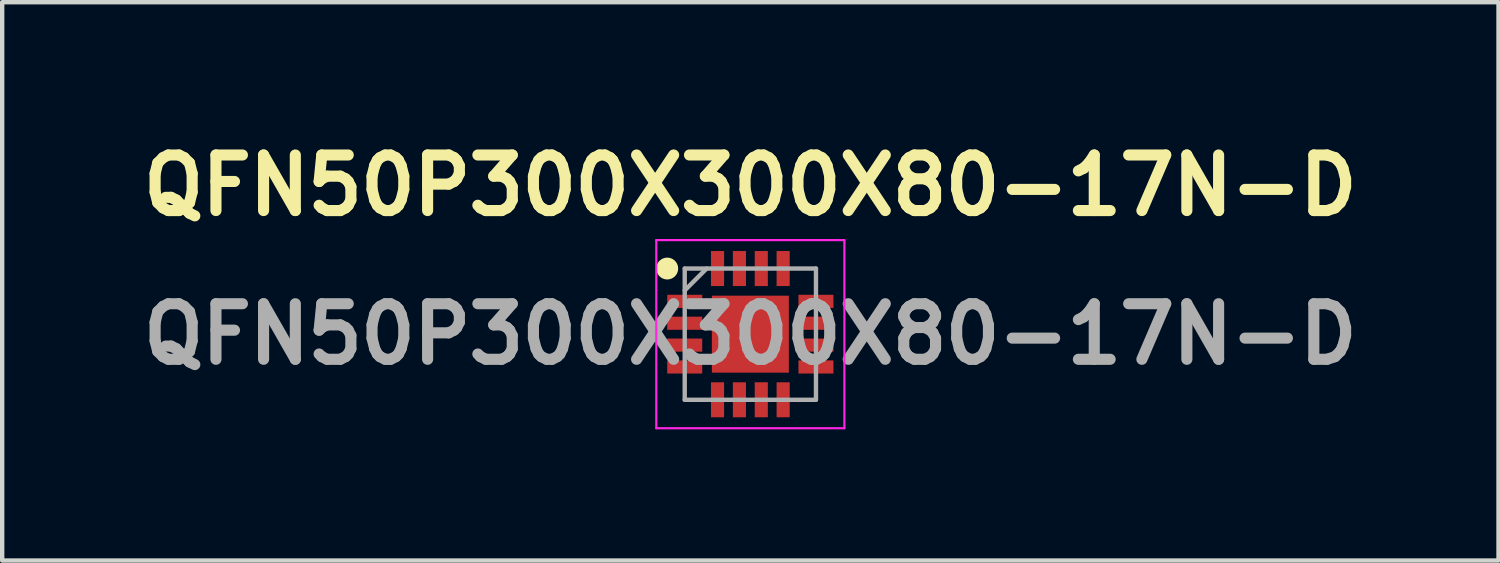
<source format=kicad_pcb>
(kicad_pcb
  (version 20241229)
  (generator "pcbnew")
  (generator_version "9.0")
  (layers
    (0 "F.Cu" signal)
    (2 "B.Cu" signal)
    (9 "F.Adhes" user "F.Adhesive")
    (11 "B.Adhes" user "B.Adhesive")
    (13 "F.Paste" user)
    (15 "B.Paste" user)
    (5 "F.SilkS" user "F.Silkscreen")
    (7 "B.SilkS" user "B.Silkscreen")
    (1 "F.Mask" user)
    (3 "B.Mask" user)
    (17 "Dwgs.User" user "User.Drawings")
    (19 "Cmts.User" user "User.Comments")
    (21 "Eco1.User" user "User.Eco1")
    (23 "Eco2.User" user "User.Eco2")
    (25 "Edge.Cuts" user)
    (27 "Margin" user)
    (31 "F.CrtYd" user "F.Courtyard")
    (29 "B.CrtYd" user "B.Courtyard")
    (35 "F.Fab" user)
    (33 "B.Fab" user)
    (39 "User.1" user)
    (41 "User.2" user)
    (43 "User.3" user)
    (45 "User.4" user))
  (footprint "QFN50P300X300X80-17N-D"
    (layer "F.Cu")
    (at 14.103 4.589)
    (property "Reference" "QFN50P300X300X80-17N-D" (at 0 -3.4 0) (layer "F.SilkS") (effects (font (size 1.27 1.27) (thickness 0.254))))
    (attr smd)
    (fp_circle (center -1.9 -1.5) (end -1.9 -1.375) (stroke (width 0.25) (type solid)) (fill no) (layer "F.SilkS"))
    (fp_line (start -2.15 -2.15) (end 2.15 -2.15) (stroke (width 0.05) (type solid)) (layer "F.CrtYd"))
    (fp_line (start -2.15 2.15) (end -2.15 -2.15) (stroke (width 0.05) (type solid)) (layer "F.CrtYd"))
    (fp_line (start 2.15 -2.15) (end 2.15 2.15) (stroke (width 0.05) (type solid)) (layer "F.CrtYd"))
    (fp_line (start 2.15 2.15) (end -2.15 2.15) (stroke (width 0.05) (type solid)) (layer "F.CrtYd"))
    (fp_line (start -1.5 -1.5) (end 1.5 -1.5) (stroke (width 0.1) (type solid)) (layer "F.Fab"))
    (fp_line (start -1.5 -1) (end -1 -1.5) (stroke (width 0.1) (type solid)) (layer "F.Fab"))
    (fp_line (start -1.5 1.5) (end -1.5 -1.5) (stroke (width 0.1) (type solid)) (layer "F.Fab"))
    (fp_line (start 1.5 -1.5) (end 1.5 1.5) (stroke (width 0.1) (type solid)) (layer "F.Fab"))
    (fp_line (start 1.5 1.5) (end -1.5 1.5) (stroke (width 0.1) (type solid)) (layer "F.Fab"))
    (fp_text user "${REFERENCE}" (at 0 0 0) (layer "F.Fab") (effects (font (size 1.27 1.27) (thickness 0.254))))
    (pad "1" smd rect (at -1.5 -0.75 90) (size 0.3 0.8) (layers "F.Cu" "F.Mask" "F.Paste"))
    (pad "2" smd rect (at -1.5 -0.25 90) (size 0.3 0.8) (layers "F.Cu" "F.Mask" "F.Paste"))
    (pad "3" smd rect (at -1.5 0.25 90) (size 0.3 0.8) (layers "F.Cu" "F.Mask" "F.Paste"))
    (pad "4" smd rect (at -1.5 0.75 90) (size 0.3 0.8) (layers "F.Cu" "F.Mask" "F.Paste"))
    (pad "5" smd rect (at -0.75 1.5) (size 0.3 0.8) (layers "F.Cu" "F.Mask" "F.Paste"))
    (pad "6" smd rect (at -0.25 1.5) (size 0.3 0.8) (layers "F.Cu" "F.Mask" "F.Paste"))
    (pad "7" smd rect (at 0.25 1.5) (size 0.3 0.8) (layers "F.Cu" "F.Mask" "F.Paste"))
    (pad "8" smd rect (at 0.75 1.5) (size 0.3 0.8) (layers "F.Cu" "F.Mask" "F.Paste"))
    (pad "9" smd rect (at 1.5 0.75 90) (size 0.3 0.8) (layers "F.Cu" "F.Mask" "F.Paste"))
    (pad "10" smd rect (at 1.5 0.25 90) (size 0.3 0.8) (layers "F.Cu" "F.Mask" "F.Paste"))
    (pad "11" smd rect (at 1.5 -0.25 90) (size 0.3 0.8) (layers "F.Cu" "F.Mask" "F.Paste"))
    (pad "12" smd rect (at 1.5 -0.75 90) (size 0.3 0.8) (layers "F.Cu" "F.Mask" "F.Paste"))
    (pad "13" smd rect (at 0.75 -1.5) (size 0.3 0.8) (layers "F.Cu" "F.Mask" "F.Paste"))
    (pad "14" smd rect (at 0.25 -1.5) (size 0.3 0.8) (layers "F.Cu" "F.Mask" "F.Paste"))
    (pad "15" smd rect (at -0.25 -1.5) (size 0.3 0.8) (layers "F.Cu" "F.Mask" "F.Paste"))
    (pad "16" smd rect (at -0.75 -1.5) (size 0.3 0.8) (layers "F.Cu" "F.Mask" "F.Paste"))
    (pad "17" smd rect (at 0 0) (size 1.76 1.76) (layers "F.Cu" "F.Mask" "F.Paste")))
  (gr_rect
    (start -3 -3)
    (end 31.206 9.764)
    (stroke (width 0.1) (type default))
    (fill no)
    (layer "Edge.Cuts")))
</source>
